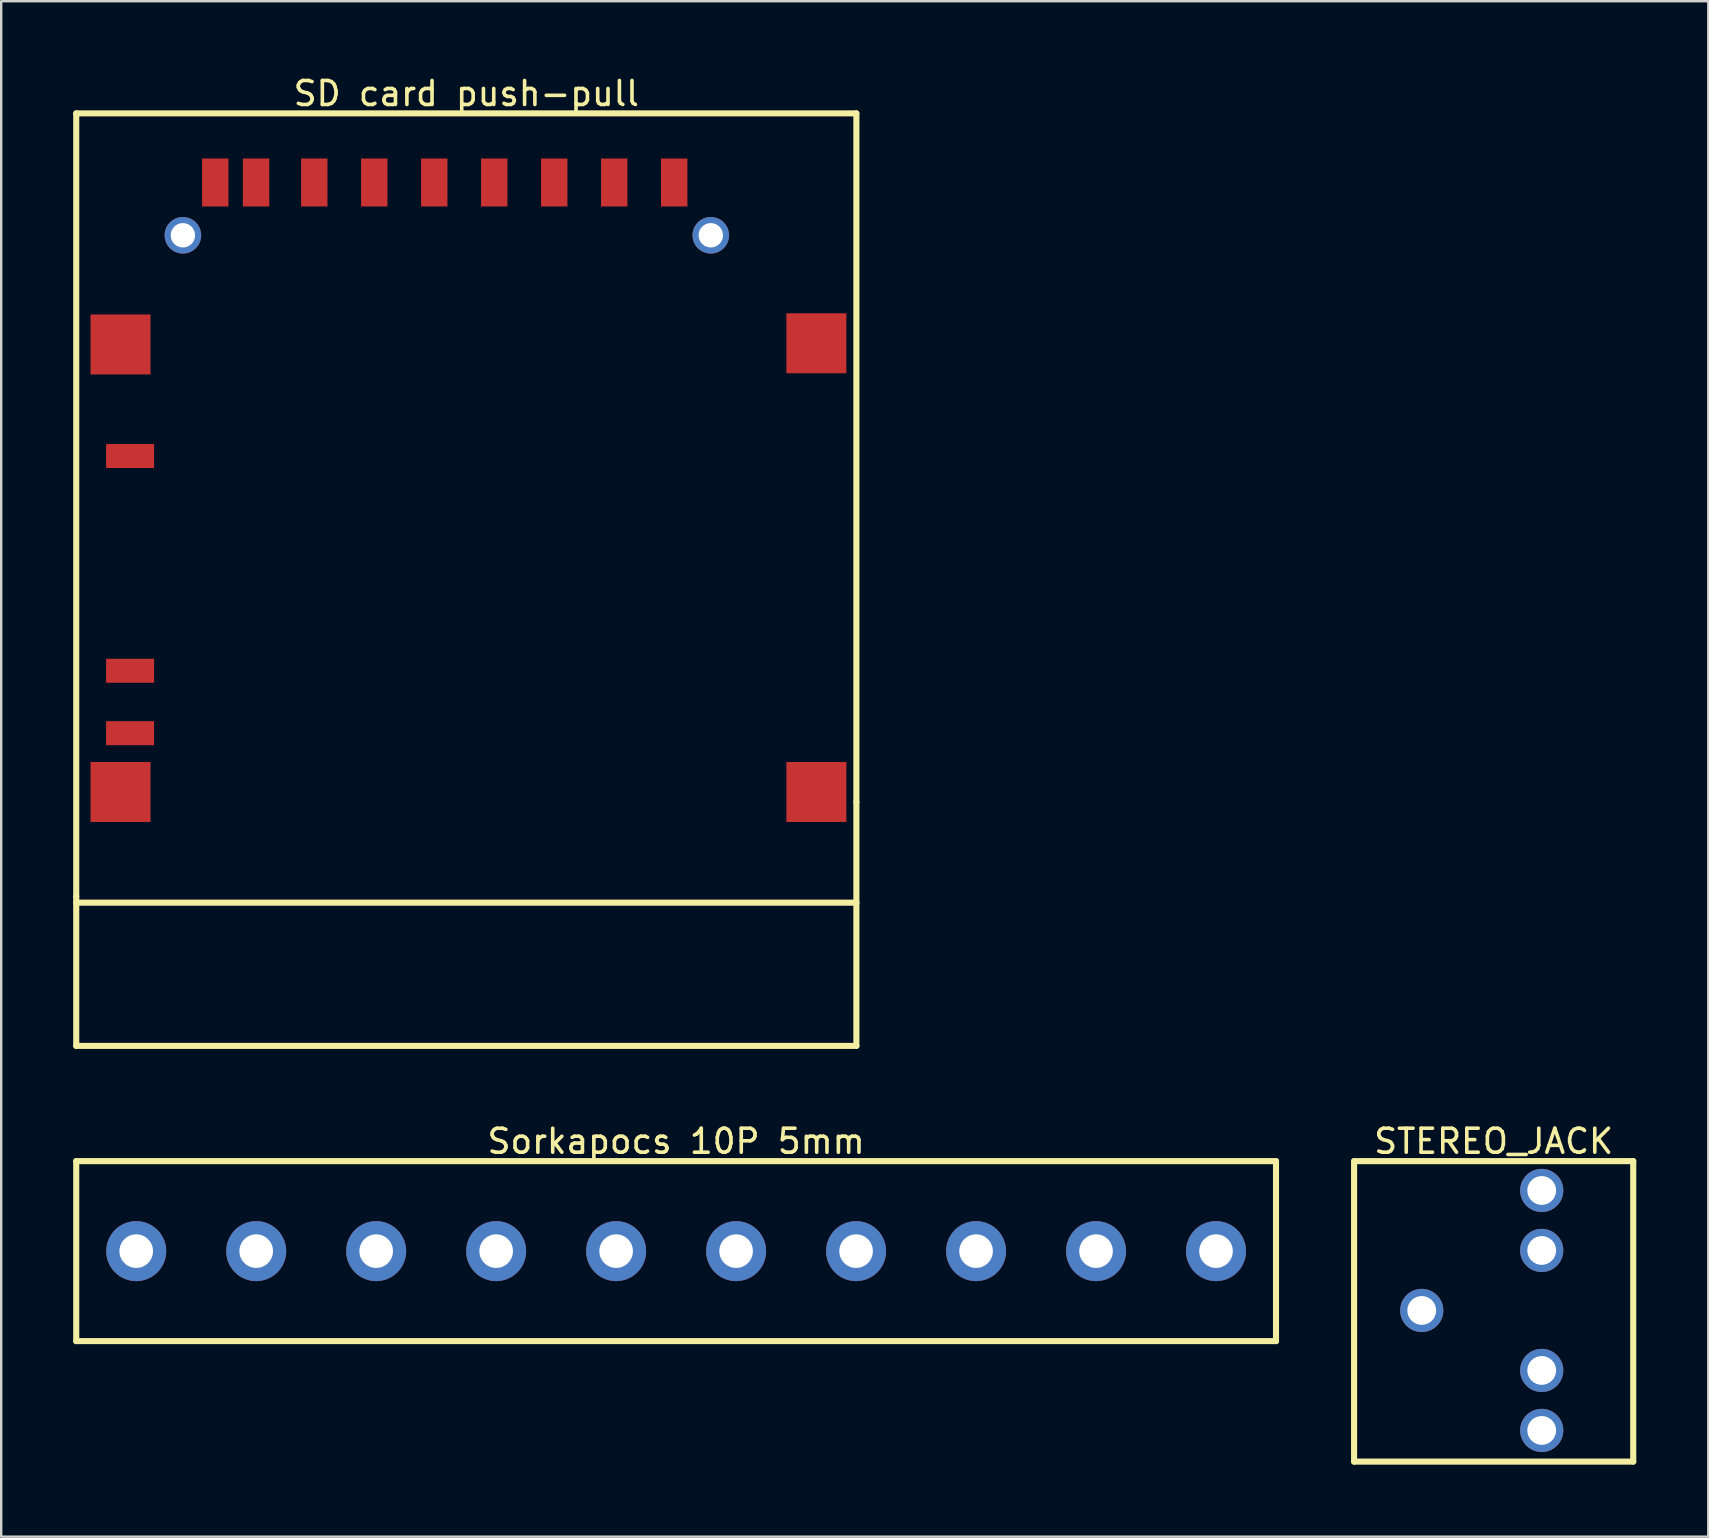
<source format=kicad_pcb>
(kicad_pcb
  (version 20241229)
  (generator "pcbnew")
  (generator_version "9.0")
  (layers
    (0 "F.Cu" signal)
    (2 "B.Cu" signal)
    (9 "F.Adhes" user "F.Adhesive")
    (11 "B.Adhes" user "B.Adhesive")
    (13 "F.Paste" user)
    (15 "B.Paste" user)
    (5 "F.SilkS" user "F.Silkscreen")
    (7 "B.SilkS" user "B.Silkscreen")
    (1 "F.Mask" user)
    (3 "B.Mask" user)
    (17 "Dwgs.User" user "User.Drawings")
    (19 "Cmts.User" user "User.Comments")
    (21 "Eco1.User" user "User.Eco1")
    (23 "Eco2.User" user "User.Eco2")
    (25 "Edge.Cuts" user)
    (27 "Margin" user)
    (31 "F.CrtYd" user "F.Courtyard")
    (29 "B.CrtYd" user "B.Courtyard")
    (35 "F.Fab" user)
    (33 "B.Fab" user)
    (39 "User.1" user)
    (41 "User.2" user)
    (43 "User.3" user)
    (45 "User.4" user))
  (footprint "SD card push-pull"
    (layer "F.Cu")
    (at 4.572 6.755)
    (property "Reference" "SD card push-pull" (at 11.811 -5.907 0) (layer "F.SilkS") (effects (font (size 1 1) (thickness 0.15))))
    (fp_line (start -4.445 -5.08) (end 28.067 -5.08) (stroke (width 0.254) (type solid)) (layer "F.SilkS"))
    (fp_line (start -4.445 27.559) (end -4.445 -5.08) (stroke (width 0.254) (type solid)) (layer "F.SilkS"))
    (fp_line (start -4.445 27.813) (end 28.067 27.813) (stroke (width 0.254) (type solid)) (layer "F.SilkS"))
    (fp_line (start -4.445 33.782) (end -4.445 27.559) (stroke (width 0.254) (type solid)) (layer "F.SilkS"))
    (fp_line (start -4.445 33.782) (end 28.067 33.782) (stroke (width 0.254) (type solid)) (layer "F.SilkS"))
    (fp_line (start 28.067 23.622) (end 28.067 -5.08) (stroke (width 0.254) (type solid)) (layer "F.SilkS"))
    (fp_line (start 28.067 33.782) (end 28.067 23.622) (stroke (width 0.254) (type solid)) (layer "F.SilkS"))
    (pad "0" smd rect (at -2.6 4.55) (size 2.5 2.5) (layers "F.Cu" "F.Mask" "F.Paste"))
    (pad "0" smd rect (at -2.6 23.2) (size 2.5 2.5) (layers "F.Cu" "F.Mask" "F.Paste"))
    (pad "0" thru_hole circle (at 0 0) (size 1.524 1.524) (drill 1.016) (layers "*.Cu" "*.Mask"))
    (pad "0" thru_hole circle (at 22 0) (size 1.524 1.524) (drill 1.016) (layers "*.Cu" "*.Mask"))
    (pad "0" smd rect (at 26.4 4.5) (size 2.5 2.5) (layers "F.Cu" "F.Mask" "F.Paste"))
    (pad "0" smd rect (at 26.4 23.2) (size 2.5 2.5) (layers "F.Cu" "F.Mask" "F.Paste"))
    (pad "1" smd rect (at 3.05 -2.2) (size 1.1 2) (layers "F.Cu" "F.Mask" "F.Paste"))
    (pad "2" smd rect (at 5.475 -2.2) (size 1.1 2) (layers "F.Cu" "F.Mask" "F.Paste"))
    (pad "3" smd rect (at 7.975 -2.2) (size 1.1 2) (layers "F.Cu" "F.Mask" "F.Paste"))
    (pad "4" smd rect (at 10.475 -2.2) (size 1.1 2) (layers "F.Cu" "F.Mask" "F.Paste"))
    (pad "5" smd rect (at 12.975 -2.2) (size 1.1 2) (layers "F.Cu" "F.Mask" "F.Paste"))
    (pad "6" smd rect (at 15.475 -2.2) (size 1.1 2) (layers "F.Cu" "F.Mask" "F.Paste"))
    (pad "7" smd rect (at 17.975 -2.2) (size 1.1 2) (layers "F.Cu" "F.Mask" "F.Paste"))
    (pad "8" smd rect (at 20.475 -2.2) (size 1.1 2) (layers "F.Cu" "F.Mask" "F.Paste"))
    (pad "9" smd rect (at 1.35 -2.2) (size 1.1 2) (layers "F.Cu" "F.Mask" "F.Paste"))
    (pad "10" smd rect (at -2.2 9.2) (size 2 1) (layers "F.Cu" "F.Mask" "F.Paste"))
    (pad "11" smd rect (at -2.2 18.15) (size 2 1) (layers "F.Cu" "F.Mask" "F.Paste"))
    (pad "12" smd rect (at -2.2 20.75) (size 2 1) (layers "F.Cu" "F.Mask" "F.Paste")))
  (footprint "Sorkapocs 10P 5mm"
    (layer "F.Cu")
    (at 25.127 49.09)
    (property "Reference" "Sorkapocs 10P 5mm" (at 0 -4.577 0) (layer "F.SilkS") (effects (font (size 1 1) (thickness 0.15))))
    (fp_line (start -25 -3.75) (end 25 -3.75) (stroke (width 0.254) (type solid)) (layer "F.SilkS"))
    (fp_line (start -25 3.75) (end -25 -3.75) (stroke (width 0.254) (type solid)) (layer "F.SilkS"))
    (fp_line (start -25 3.75) (end 25 3.75) (stroke (width 0.254) (type solid)) (layer "F.SilkS"))
    (fp_line (start 25 3.75) (end 25 -3.75) (stroke (width 0.254) (type solid)) (layer "F.SilkS"))
    (pad "1" thru_hole circle (at -22.5 0) (size 2.5 2.5) (drill 1.4) (layers "*.Cu" "*.Mask"))
    (pad "2" thru_hole circle (at -17.5 0) (size 2.5 2.5) (drill 1.4) (layers "*.Cu" "*.Mask"))
    (pad "3" thru_hole circle (at -12.5 0) (size 2.5 2.5) (drill 1.4) (layers "*.Cu" "*.Mask"))
    (pad "4" thru_hole circle (at -7.5 0) (size 2.5 2.5) (drill 1.4) (layers "*.Cu" "*.Mask"))
    (pad "5" thru_hole circle (at -2.5 0) (size 2.5 2.5) (drill 1.4) (layers "*.Cu" "*.Mask"))
    (pad "6" thru_hole circle (at 2.5 0) (size 2.5 2.5) (drill 1.4) (layers "*.Cu" "*.Mask"))
    (pad "7" thru_hole circle (at 7.5 0) (size 2.5 2.5) (drill 1.4) (layers "*.Cu" "*.Mask"))
    (pad "8" thru_hole circle (at 12.5 0) (size 2.5 2.5) (drill 1.4) (layers "*.Cu" "*.Mask"))
    (pad "9" thru_hole circle (at 17.5 0) (size 2.5 2.5) (drill 1.4) (layers "*.Cu" "*.Mask"))
    (pad "10" thru_hole circle (at 22.5 0) (size 2.5 2.5) (drill 1.4) (layers "*.Cu" "*.Mask")))
  (footprint "STEREO_JACK"
    (layer "F.Cu")
    (at 56.2 51.562)
    (property "Reference" "STEREO_JACK" (at 2.997 -7.05 0) (layer "F.SilkS") (effects (font (size 1 1) (thickness 0.15))))
    (fp_line (start -2.819 -6.223) (end 8.814 -6.223) (stroke (width 0.254) (type solid)) (layer "F.SilkS"))
    (fp_line (start -2.819 6.299) (end -2.819 -6.223) (stroke (width 0.254) (type solid)) (layer "F.SilkS"))
    (fp_line (start -2.819 6.299) (end 8.814 6.299) (stroke (width 0.254) (type solid)) (layer "F.SilkS"))
    (fp_line (start 8.814 6.299) (end 8.814 -6.223) (stroke (width 0.254) (type solid)) (layer "F.SilkS"))
    (pad "1" thru_hole circle (at 0 0) (size 1.8 1.8) (drill 1.2) (layers "*.Cu" "*.Mask"))
    (pad "2" thru_hole circle (at 5 -5) (size 1.8 1.8) (drill 1.2) (layers "*.Cu" "*.Mask"))
    (pad "2" thru_hole circle (at 5 -2.5) (size 1.8 1.8) (drill 1.2) (layers "*.Cu" "*.Mask"))
    (pad "3" thru_hole circle (at 5 2.5) (size 1.8 1.8) (drill 1.2) (layers "*.Cu" "*.Mask"))
    (pad "3" thru_hole circle (at 5 5) (size 1.8 1.8) (drill 1.2) (layers "*.Cu" "*.Mask")))
  (gr_rect
    (start -3 -3)
    (end 68.141 60.989)
    (stroke (width 0.1) (type default))
    (fill no)
    (layer "Edge.Cuts")))
</source>
